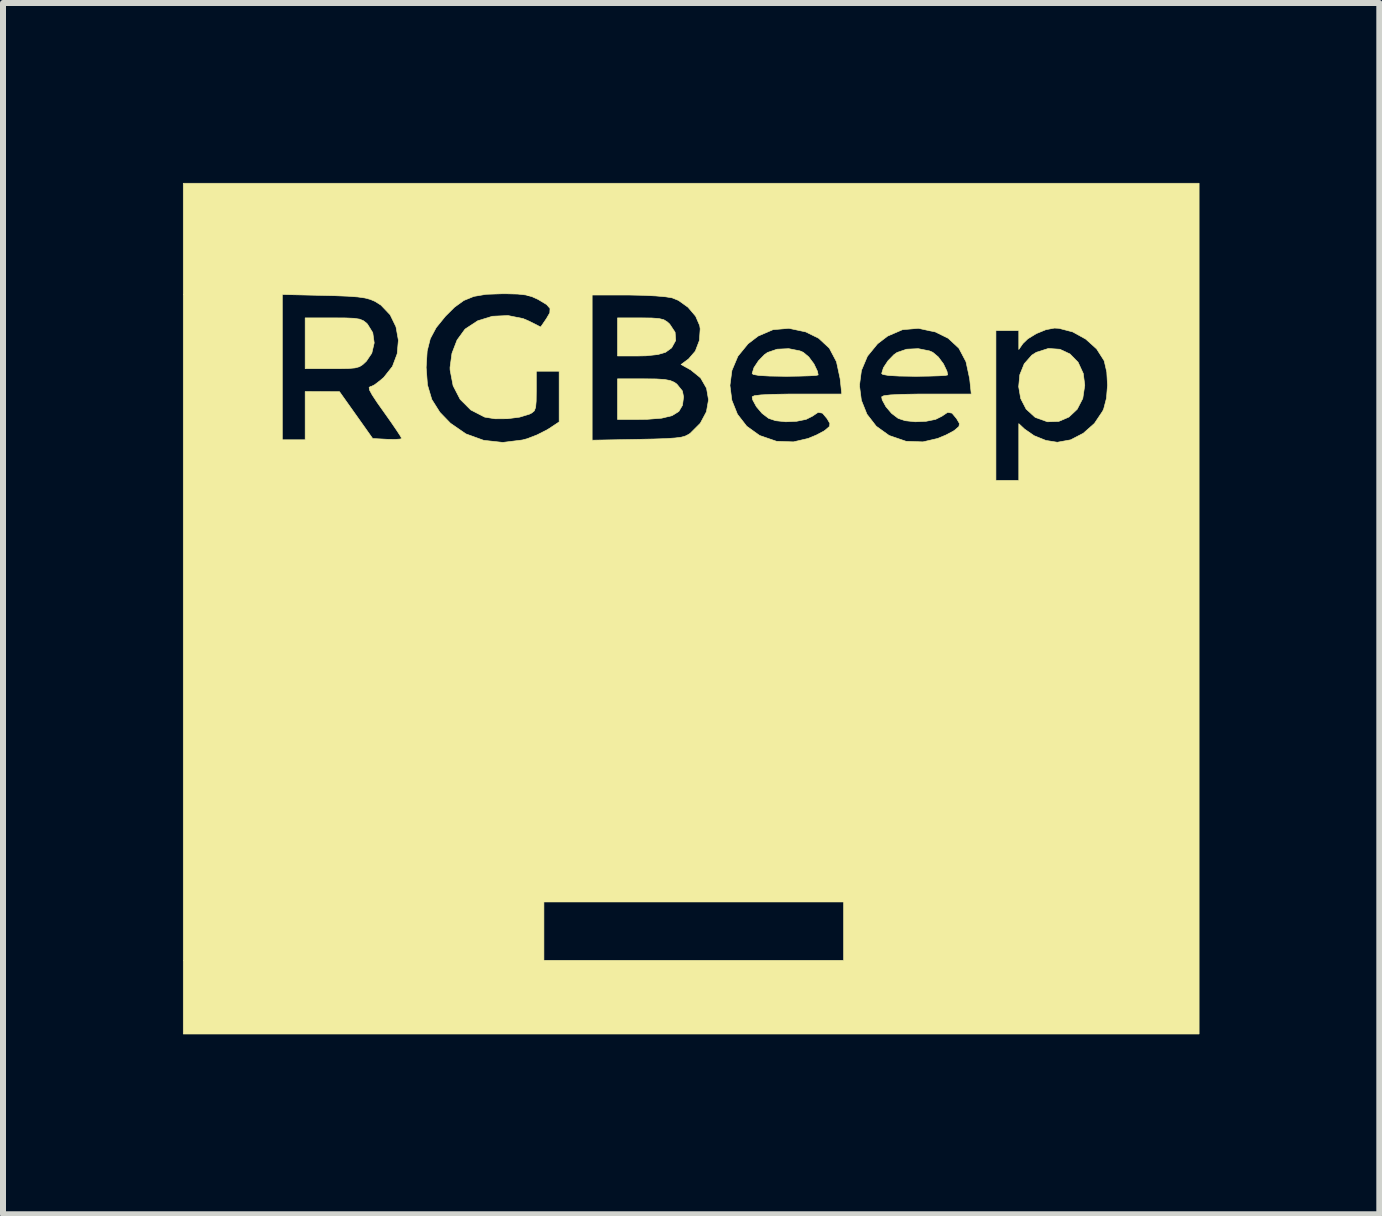
<source format=kicad_pcb>
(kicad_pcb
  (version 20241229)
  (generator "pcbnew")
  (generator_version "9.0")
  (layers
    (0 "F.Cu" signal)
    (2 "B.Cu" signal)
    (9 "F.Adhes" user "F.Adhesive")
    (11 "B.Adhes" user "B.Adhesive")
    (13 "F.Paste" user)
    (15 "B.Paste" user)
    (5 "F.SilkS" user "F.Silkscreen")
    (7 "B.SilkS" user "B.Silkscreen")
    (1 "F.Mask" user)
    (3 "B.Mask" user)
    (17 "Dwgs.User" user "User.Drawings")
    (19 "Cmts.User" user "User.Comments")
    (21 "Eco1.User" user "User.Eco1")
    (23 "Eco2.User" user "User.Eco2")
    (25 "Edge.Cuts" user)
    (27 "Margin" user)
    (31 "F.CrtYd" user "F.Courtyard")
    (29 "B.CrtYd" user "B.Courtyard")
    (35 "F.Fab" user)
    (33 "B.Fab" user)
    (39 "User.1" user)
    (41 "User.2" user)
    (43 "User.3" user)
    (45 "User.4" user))
  (footprint "rgbeep_logo"
    (layer "F.Cu")
    (at 8.472 7.075)
    (property "Reference" "rgbeep_logo" (at 0 0 0) (layer "F.SilkS") (effects (font (size 1.524 1.524) (thickness 0.3))))
    (attr through_hole)
    (fp_poly (pts (xy -0.659 -4.824) (xy -0.536 -4.815) (xy -0.456 -4.795) (xy -0.397 -4.758) (xy -0.358 -4.722) (xy -0.268 -4.586) (xy -0.258 -4.449) (xy -0.326 -4.326) (xy -0.426 -4.253) (xy -0.554 -4.215) (xy -0.749 -4.194) (xy -0.887 -4.191) (xy -1.228 -4.191) (xy -1.228 -4.826) (xy -0.845 -4.826) (xy -0.659 -4.824)) (stroke (width 0.01) (type solid)) (fill yes) (layer "F.SilkS"))
    (fp_poly (pts (xy -0.583 -3.808) (xy -0.443 -3.799) (xy -0.348 -3.781) (xy -0.279 -3.751) (xy -0.239 -3.722) (xy -0.146 -3.607) (xy -0.127 -3.508) (xy -0.145 -3.369) (xy -0.206 -3.266) (xy -0.319 -3.196) (xy -0.492 -3.154) (xy -0.734 -3.135) (xy -0.878 -3.133) (xy -1.228 -3.133) (xy -1.228 -3.81) (xy -0.789 -3.81) (xy -0.583 -3.808)) (stroke (width 0.01) (type solid)) (fill yes) (layer "F.SilkS"))
    (fp_poly (pts (xy -5.76 -4.825) (xy -5.62 -4.819) (xy -5.528 -4.805) (xy -5.466 -4.78) (xy -5.415 -4.741) (xy -5.396 -4.722) (xy -5.308 -4.579) (xy -5.284 -4.409) (xy -5.324 -4.238) (xy -5.415 -4.103) (xy -5.474 -4.048) (xy -5.53 -4.012) (xy -5.603 -3.992) (xy -5.713 -3.982) (xy -5.878 -3.979) (xy -5.987 -3.979) (xy -6.435 -3.979) (xy -6.435 -4.826) (xy -5.967 -4.826) (xy -5.76 -4.825)) (stroke (width 0.01) (type solid)) (fill yes) (layer "F.SilkS"))
    (fp_poly (pts (xy 6.146 -4.303) (xy 6.315 -4.224) (xy 6.45 -4.086) (xy 6.536 -3.899) (xy 6.561 -3.704) (xy 6.528 -3.483) (xy 6.435 -3.303) (xy 6.297 -3.173) (xy 6.127 -3.1) (xy 5.939 -3.094) (xy 5.745 -3.163) (xy 5.728 -3.173) (xy 5.583 -3.306) (xy 5.493 -3.481) (xy 5.459 -3.679) (xy 5.478 -3.878) (xy 5.552 -4.061) (xy 5.679 -4.205) (xy 5.753 -4.252) (xy 5.954 -4.316) (xy 6.146 -4.303)) (stroke (width 0.01) (type solid)) (fill yes) (layer "F.SilkS"))
    (fp_poly (pts (xy 1.812 -4.276) (xy 1.868 -4.252) (xy 1.96 -4.175) (xy 2.047 -4.058) (xy 2.105 -3.936) (xy 2.117 -3.875) (xy 2.077 -3.866) (xy 1.968 -3.86) (xy 1.806 -3.855) (xy 1.607 -3.852) (xy 1.566 -3.852) (xy 1.307 -3.856) (xy 1.13 -3.866) (xy 1.035 -3.883) (xy 1.016 -3.899) (xy 1.046 -3.996) (xy 1.122 -4.111) (xy 1.221 -4.213) (xy 1.272 -4.249) (xy 1.433 -4.304) (xy 1.626 -4.313) (xy 1.812 -4.276)) (stroke (width 0.01) (type solid)) (fill yes) (layer "F.SilkS"))
    (fp_poly (pts (xy 3.971 -4.276) (xy 4.027 -4.252) (xy 4.119 -4.175) (xy 4.206 -4.058) (xy 4.264 -3.936) (xy 4.276 -3.875) (xy 4.236 -3.866) (xy 4.127 -3.86) (xy 3.965 -3.855) (xy 3.766 -3.852) (xy 3.725 -3.852) (xy 3.466 -3.856) (xy 3.289 -3.866) (xy 3.194 -3.883) (xy 3.175 -3.899) (xy 3.205 -3.996) (xy 3.281 -4.111) (xy 3.38 -4.213) (xy 3.431 -4.249) (xy 3.592 -4.304) (xy 3.785 -4.313) (xy 3.971 -4.276)) (stroke (width 0.01) (type solid)) (fill yes) (layer "F.SilkS"))
    (fp_poly (pts (xy 8.467 7.112) (xy -8.467 7.112) (xy -8.467 4.911) (xy -2.455 4.911) (xy -2.455 5.884) (xy 2.54 5.884) (xy 2.54 4.911) (xy -2.455 4.911) (xy -8.467 4.911) (xy -8.467 -2.794) (xy -6.816 -2.794) (xy -6.435 -2.794) (xy -6.435 -3.598) (xy -6.149 -3.597) (xy -5.863 -3.596) (xy -5.586 -3.206) (xy -5.309 -2.815) (xy -5.067 -2.802) (xy -4.937 -2.8) (xy -4.85 -2.806) (xy -4.826 -2.816) (xy -4.849 -2.859) (xy -4.912 -2.955) (xy -5.005 -3.091) (xy -5.101 -3.227) (xy -5.233 -3.413) (xy -5.318 -3.542) (xy -5.362 -3.623) (xy -5.369 -3.667) (xy -5.346 -3.682) (xy -5.334 -3.683) (xy -5.281 -3.709) (xy -5.191 -3.777) (xy -5.125 -3.833) (xy -4.993 -4) (xy -4.418 -4) (xy -4.396 -3.708) (xy -4.324 -3.466) (xy -4.189 -3.252) (xy -4.012 -3.069) (xy -3.755 -2.892) (xy -3.459 -2.785) (xy -3.14 -2.75) (xy -2.842 -2.787) (xy -1.651 -2.787) (xy -0.892 -2.801) (xy -0.617 -2.807) (xy -0.414 -2.814) (xy -0.268 -2.824) (xy -0.166 -2.837) (xy -0.096 -2.857) (xy -0.043 -2.884) (xy -0.016 -2.902) (xy 0.152 -3.07) (xy 0.254 -3.261) (xy 0.289 -3.46) (xy 0.256 -3.653) (xy 0.229 -3.7) (xy 0.646 -3.7) (xy 0.678 -3.452) (xy 0.771 -3.22) (xy 0.926 -3.02) (xy 1.139 -2.867) (xy 1.148 -2.863) (xy 1.422 -2.769) (xy 1.704 -2.759) (xy 1.95 -2.816) (xy 2.089 -2.874) (xy 2.21 -2.938) (xy 2.238 -2.958) (xy 2.305 -3.016) (xy 2.312 -3.066) (xy 2.265 -3.147) (xy 2.189 -3.238) (xy 2.116 -3.251) (xy 2.025 -3.19) (xy 2.023 -3.188) (xy 1.915 -3.134) (xy 1.756 -3.102) (xy 1.576 -3.094) (xy 1.408 -3.112) (xy 1.291 -3.151) (xy 1.182 -3.234) (xy 1.086 -3.347) (xy 1.025 -3.46) (xy 1.016 -3.51) (xy 1.052 -3.528) (xy 1.162 -3.542) (xy 1.348 -3.551) (xy 1.615 -3.556) (xy 1.763 -3.556) (xy 2.51 -3.556) (xy 2.495 -3.7) (xy 2.805 -3.7) (xy 2.837 -3.452) (xy 2.93 -3.22) (xy 3.085 -3.02) (xy 3.298 -2.867) (xy 3.307 -2.863) (xy 3.581 -2.769) (xy 3.863 -2.759) (xy 4.109 -2.816) (xy 4.248 -2.874) (xy 4.369 -2.938) (xy 4.397 -2.958) (xy 4.464 -3.016) (xy 4.471 -3.066) (xy 4.424 -3.147) (xy 4.348 -3.238) (xy 4.275 -3.251) (xy 4.184 -3.19) (xy 4.182 -3.188) (xy 4.074 -3.134) (xy 3.915 -3.102) (xy 3.735 -3.094) (xy 3.567 -3.112) (xy 3.45 -3.151) (xy 3.341 -3.234) (xy 3.245 -3.347) (xy 3.184 -3.46) (xy 3.175 -3.51) (xy 3.211 -3.528) (xy 3.321 -3.542) (xy 3.507 -3.551) (xy 3.774 -3.556) (xy 3.922 -3.556) (xy 4.669 -3.556) (xy 4.642 -3.811) (xy 4.581 -4.095) (xy 4.463 -4.319) (xy 4.284 -4.486) (xy 4.069 -4.592) (xy 3.962 -4.614) (xy 5.08 -4.614) (xy 5.08 -2.117) (xy 5.461 -2.117) (xy 5.461 -3.063) (xy 5.557 -2.973) (xy 5.717 -2.862) (xy 5.913 -2.783) (xy 6.101 -2.753) (xy 6.105 -2.753) (xy 6.325 -2.793) (xy 6.537 -2.903) (xy 6.722 -3.067) (xy 6.859 -3.271) (xy 6.877 -3.311) (xy 6.923 -3.488) (xy 6.94 -3.704) (xy 6.928 -3.922) (xy 6.887 -4.101) (xy 6.882 -4.115) (xy 6.759 -4.308) (xy 6.577 -4.472) (xy 6.36 -4.592) (xy 6.13 -4.652) (xy 6.054 -4.656) (xy 5.913 -4.629) (xy 5.754 -4.564) (xy 5.612 -4.477) (xy 5.53 -4.398) (xy 5.461 -4.299) (xy 5.461 -4.614) (xy 5.08 -4.614) (xy 3.962 -4.614) (xy 3.788 -4.652) (xy 3.523 -4.629) (xy 3.276 -4.523) (xy 3.107 -4.394) (xy 2.938 -4.187) (xy 2.838 -3.95) (xy 2.805 -3.7) (xy 2.495 -3.7) (xy 2.483 -3.811) (xy 2.422 -4.095) (xy 2.304 -4.319) (xy 2.125 -4.486) (xy 1.91 -4.592) (xy 1.629 -4.652) (xy 1.364 -4.629) (xy 1.117 -4.523) (xy 0.948 -4.394) (xy 0.779 -4.187) (xy 0.679 -3.95) (xy 0.646 -3.7) (xy 0.229 -3.7) (xy 0.157 -3.825) (xy -0.009 -3.96) (xy -0.01 -3.96) (xy -0.169 -4.049) (xy -0.044 -4.141) (xy 0.069 -4.272) (xy 0.137 -4.45) (xy 0.15 -4.643) (xy 0.142 -4.697) (xy 0.074 -4.854) (xy -0.053 -5.003) (xy -0.212 -5.117) (xy -0.318 -5.16) (xy -0.424 -5.177) (xy -0.592 -5.192) (xy -0.801 -5.202) (xy -1.03 -5.207) (xy -1.069 -5.207) (xy -1.651 -5.207) (xy -1.651 -2.787) (xy -2.842 -2.787) (xy -2.813 -2.791) (xy -2.733 -2.812) (xy -2.57 -2.875) (xy -2.408 -2.957) (xy -2.367 -2.982) (xy -2.201 -3.092) (xy -2.201 -3.937) (xy -2.582 -3.937) (xy -2.582 -3.605) (xy -2.584 -3.438) (xy -2.593 -3.335) (xy -2.615 -3.276) (xy -2.657 -3.241) (xy -2.699 -3.22) (xy -2.861 -3.171) (xy -3.065 -3.145) (xy -3.27 -3.144) (xy -3.438 -3.171) (xy -3.445 -3.173) (xy -3.674 -3.291) (xy -3.852 -3.469) (xy -3.969 -3.696) (xy -4.019 -3.957) (xy -4.02 -4) (xy -3.988 -4.235) (xy -3.903 -4.456) (xy -3.775 -4.632) (xy -3.762 -4.644) (xy -3.558 -4.778) (xy -3.314 -4.853) (xy -3.054 -4.865) (xy -2.801 -4.814) (xy -2.701 -4.771) (xy -2.509 -4.674) (xy -2.415 -4.811) (xy -2.357 -4.91) (xy -2.353 -4.983) (xy -2.41 -5.048) (xy -2.536 -5.124) (xy -2.553 -5.134) (xy -2.652 -5.179) (xy -2.757 -5.208) (xy -2.891 -5.223) (xy -3.078 -5.228) (xy -3.154 -5.228) (xy -3.418 -5.219) (xy -3.623 -5.184) (xy -3.79 -5.116) (xy -3.945 -5.004) (xy -4.096 -4.854) (xy -4.251 -4.663) (xy -4.349 -4.48) (xy -4.401 -4.274) (xy -4.417 -4.017) (xy -4.418 -4) (xy -4.993 -4) (xy -4.981 -4.014) (xy -4.901 -4.227) (xy -4.881 -4.454) (xy -4.921 -4.677) (xy -5.018 -4.877) (xy -5.171 -5.038) (xy -5.271 -5.101) (xy -5.349 -5.134) (xy -5.44 -5.158) (xy -5.559 -5.175) (xy -5.723 -5.187) (xy -5.947 -5.196) (xy -6.128 -5.2) (xy -6.816 -5.216) (xy -6.816 -2.794) (xy -8.467 -2.794) (xy -8.467 -7.07) (xy 8.467 -7.07) (xy 8.467 7.112)) (stroke (width 0.01) (type solid)) (fill yes) (layer "F.SilkS")))
  (gr_rect
    (start -3 -3)
    (end 19.943 17.192)
    (stroke (width 0.1) (type default))
    (fill no)
    (layer "Edge.Cuts")))
</source>
